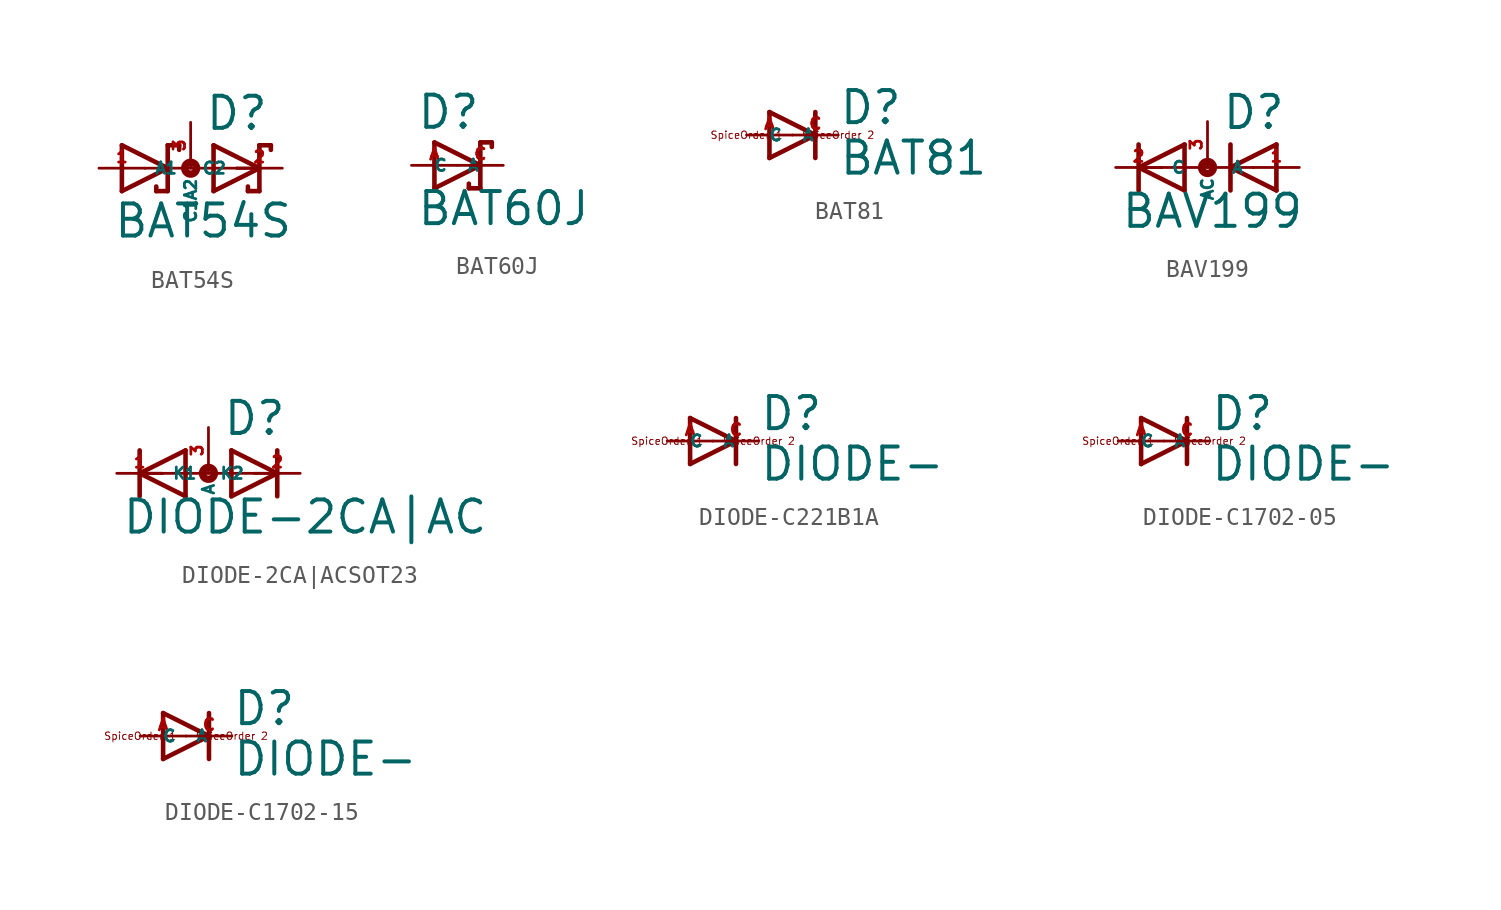
<source format=kicad_sym>
(kicad_symbol_lib
  (version 20220914)
  (generator Eagle2Kicad)
  (symbol "BAT54S"
    (property "Reference" "D"
      (at 0.762 2.007 0)
      (effects (font (size 1.778 1.778) (thickness 0.22)) (justify left bottom)))
    (property "Value" "BAT54S"
      (at -4.318 -3.962 0)
      (effects (font (size 1.778 1.778) (thickness 0.22)) (justify left bottom)))
    (polyline
      (pts (xy -3.81 -1.27) (xy -1.27 0))
      (stroke (width 0.254) (type default))
      (fill (type none)))
    (polyline
      (pts (xy -1.27 0) (xy -3.81 1.27))
      (stroke (width 0.254) (type default))
      (fill (type none)))
    (polyline
      (pts (xy -2.54 0) (xy -1.27 0))
      (stroke (width 0.152) (type default))
      (fill (type none)))
    (polyline
      (pts (xy -3.81 1.27) (xy -3.81 -1.27))
      (stroke (width 0.254) (type default))
      (fill (type none)))
    (polyline
      (pts (xy 1.27 1.27) (xy 3.81 0))
      (stroke (width 0.254) (type default))
      (fill (type none)))
    (polyline
      (pts (xy 3.81 0) (xy 1.27 -1.27))
      (stroke (width 0.254) (type default))
      (fill (type none)))
    (polyline
      (pts (xy 2.54 0) (xy 3.81 0))
      (stroke (width 0.152) (type default))
      (fill (type none)))
    (polyline
      (pts (xy 1.27 -1.27) (xy 1.27 1.27))
      (stroke (width 0.254) (type default))
      (fill (type none)))
    (polyline
      (pts (xy -0.635 1.016) (xy -0.635 1.27))
      (stroke (width 0.254) (type default))
      (fill (type none)))
    (polyline
      (pts (xy -0.635 1.27) (xy -1.27 1.27))
      (stroke (width 0.254) (type default))
      (fill (type none)))
    (polyline
      (pts (xy -1.27 1.27) (xy -1.27 0))
      (stroke (width 0.254) (type default))
      (fill (type none)))
    (polyline
      (pts (xy -1.905 -1.016) (xy -1.905 -1.27))
      (stroke (width 0.254) (type default))
      (fill (type none)))
    (polyline
      (pts (xy -1.27 0) (xy -1.27 -1.27))
      (stroke (width 0.254) (type default))
      (fill (type none)))
    (polyline
      (pts (xy -1.27 -1.27) (xy -1.905 -1.27))
      (stroke (width 0.254) (type default))
      (fill (type none)))
    (polyline
      (pts (xy 3.175 -1.016) (xy 3.175 -1.27))
      (stroke (width 0.254) (type default))
      (fill (type none)))
    (polyline
      (pts (xy 3.175 -1.27) (xy 3.81 -1.27))
      (stroke (width 0.254) (type default))
      (fill (type none)))
    (polyline
      (pts (xy 3.81 -1.27) (xy 3.81 0))
      (stroke (width 0.254) (type default))
      (fill (type none)))
    (polyline
      (pts (xy 4.445 1.016) (xy 4.445 1.27))
      (stroke (width 0.254) (type default))
      (fill (type none)))
    (polyline
      (pts (xy 3.81 0) (xy 3.81 1.27))
      (stroke (width 0.254) (type default))
      (fill (type none)))
    (polyline
      (pts (xy 3.81 1.27) (xy 4.445 1.27))
      (stroke (width 0.254) (type default))
      (fill (type none)))
    (polyline
      (pts (xy -1.27 0) (xy 3.81 0))
      (stroke (width 0.152) (type default))
      (fill (type none)))
    (circle
      (center 0 0)
      (radius 0.127)
      (stroke (width 0.406) (type default))
      (fill (type none)))
    (pin passive line
      (at -5.08 0 0)
      (length 2.54)
      (name "A1" (effects (font (size 0.635 0.635) (thickness 0.08)) (justify left bottom)))
      (number "1" (effects (font (size 0.635 0.635) (thickness 0.08)) (justify left bottom))))
    (pin passive line
      (at 5.08 0 180)
      (length 2.54)
      (name "C2" (effects (font (size 0.635 0.635) (thickness 0.08)) (justify left bottom)))
      (number "2" (effects (font (size 0.635 0.635) (thickness 0.08)) (justify left bottom))))
    (pin passive line
      (at 0 2.54 270)
      (length 2.54)
      (name "C1A2" (effects (font (size 0.635 0.635) (thickness 0.08)) (justify left bottom)))
      (number "3" (effects (font (size 0.635 0.635) (thickness 0.08)) (justify left bottom)))))
  (symbol "BAT60J"
    (property "Reference" "D"
      (at -2.286 1.905 0)
      (effects (font (size 1.778 1.778) (thickness 0.22)) (justify left bottom)))
    (property "Value" "BAT60J"
      (at -2.286 -3.429 0)
      (effects (font (size 1.778 1.778) (thickness 0.22)) (justify left bottom)))
    (polyline
      (pts (xy -1.27 -1.27) (xy 1.27 0))
      (stroke (width 0.254) (type default))
      (fill (type none)))
    (polyline
      (pts (xy 1.27 0) (xy -1.27 1.27))
      (stroke (width 0.254) (type default))
      (fill (type none)))
    (polyline
      (pts (xy 1.905 1.27) (xy 1.27 1.27))
      (stroke (width 0.254) (type default))
      (fill (type none)))
    (polyline
      (pts (xy 1.27 1.27) (xy 1.27 0))
      (stroke (width 0.254) (type default))
      (fill (type none)))
    (polyline
      (pts (xy -1.27 1.27) (xy -1.27 -1.27))
      (stroke (width 0.254) (type default))
      (fill (type none)))
    (polyline
      (pts (xy 1.27 0) (xy 1.27 -1.27))
      (stroke (width 0.254) (type default))
      (fill (type none)))
    (polyline
      (pts (xy 1.905 1.27) (xy 1.905 1.016))
      (stroke (width 0.254) (type default))
      (fill (type none)))
    (polyline
      (pts (xy 1.27 -1.27) (xy 0.635 -1.27))
      (stroke (width 0.254) (type default))
      (fill (type none)))
    (polyline
      (pts (xy 0.635 -1.016) (xy 0.635 -1.27))
      (stroke (width 0.254) (type default))
      (fill (type none)))
    (pin passive line
      (at -2.54 0 0)
      (length 2.54)
      (name "A" (effects (font (size 0.635 0.635) (thickness 0.08)) (justify left bottom)))
      (number "A" (effects (font (size 0.635 0.635) (thickness 0.08)) (justify left bottom))))
    (pin passive line
      (at 2.54 0 180)
      (length 2.54)
      (name "C" (effects (font (size 0.635 0.635) (thickness 0.08)) (justify left bottom)))
      (number "C" (effects (font (size 0.635 0.635) (thickness 0.08)) (justify left bottom)))))
  (symbol "BAT81"
    (property "Reference" "D"
      (at 2.54 0.483 0)
      (effects (font (size 1.778 1.778) (thickness 0.22)) (justify left bottom)))
    (property "Value" "BAT81"
      (at 2.54 -2.311 0)
      (effects (font (size 1.778 1.778) (thickness 0.22)) (justify left bottom)))
    (polyline
      (pts (xy -1.27 -1.27) (xy 1.27 0))
      (stroke (width 0.254) (type default))
      (fill (type none)))
    (polyline
      (pts (xy 1.27 0) (xy -1.27 1.27))
      (stroke (width 0.254) (type default))
      (fill (type none)))
    (polyline
      (pts (xy 1.27 1.27) (xy 1.27 0))
      (stroke (width 0.254) (type default))
      (fill (type none)))
    (polyline
      (pts (xy -1.27 1.27) (xy -1.27 -1.27))
      (stroke (width 0.254) (type default))
      (fill (type none)))
    (polyline
      (pts (xy 1.27 0) (xy 1.27 -1.27))
      (stroke (width 0.254) (type default))
      (fill (type none)))
    (text "SpiceOrder 1"
      (at -2.54 0 0)
      (effects (font (size 0.406 0.406) (thickness 0.05))))
    (text "SpiceOrder 2"
      (at 2.54 0 0)
      (effects (font (size 0.406 0.406) (thickness 0.05))))
    (pin passive line
      (at -2.54 0 0)
      (length 2.54)
      (name "A" (effects (font (size 0.635 0.635) (thickness 0.08)) (justify left bottom)))
      (number "A" (effects (font (size 0.635 0.635) (thickness 0.08)) (justify left bottom))))
    (pin passive line
      (at 2.54 0 180)
      (length 2.54)
      (name "C" (effects (font (size 0.635 0.635) (thickness 0.08)) (justify left bottom)))
      (number "C" (effects (font (size 0.635 0.635) (thickness 0.08)) (justify left bottom)))))
  (symbol "BAV199"
    (property "Reference" "D"
      (at 0.762 2.007 0)
      (effects (font (size 1.778 1.778) (thickness 0.22)) (justify left bottom)))
    (property "Value" "BAV199"
      (at -4.826 -3.454 0)
      (effects (font (size 1.778 1.778) (thickness 0.22)) (justify left bottom)))
    (polyline
      (pts (xy -1.27 1.27) (xy -3.81 0))
      (stroke (width 0.254) (type default))
      (fill (type none)))
    (polyline
      (pts (xy -3.81 0) (xy -1.27 -1.27))
      (stroke (width 0.254) (type default))
      (fill (type none)))
    (polyline
      (pts (xy -3.81 -1.27) (xy -3.81 0))
      (stroke (width 0.254) (type default))
      (fill (type none)))
    (polyline
      (pts (xy -2.54 0) (xy -3.81 0))
      (stroke (width 0.152) (type default))
      (fill (type none)))
    (polyline
      (pts (xy -1.27 -1.27) (xy -1.27 1.27))
      (stroke (width 0.254) (type default))
      (fill (type none)))
    (polyline
      (pts (xy -3.81 0) (xy -3.81 1.27))
      (stroke (width 0.254) (type default))
      (fill (type none)))
    (polyline
      (pts (xy 3.81 1.27) (xy 1.27 0))
      (stroke (width 0.254) (type default))
      (fill (type none)))
    (polyline
      (pts (xy 1.27 0) (xy 3.81 -1.27))
      (stroke (width 0.254) (type default))
      (fill (type none)))
    (polyline
      (pts (xy 1.27 -1.27) (xy 1.27 0))
      (stroke (width 0.254) (type default))
      (fill (type none)))
    (polyline
      (pts (xy -3.81 0) (xy 1.27 0))
      (stroke (width 0.152) (type default))
      (fill (type none)))
    (polyline
      (pts (xy 2.54 0) (xy 1.27 0))
      (stroke (width 0.152) (type default))
      (fill (type none)))
    (polyline
      (pts (xy 3.81 -1.27) (xy 3.81 1.27))
      (stroke (width 0.254) (type default))
      (fill (type none)))
    (polyline
      (pts (xy 1.27 0) (xy 1.27 1.27))
      (stroke (width 0.254) (type default))
      (fill (type none)))
    (circle
      (center 0 0)
      (radius 0.127)
      (stroke (width 0.406) (type default))
      (fill (type none)))
    (pin passive line
      (at -5.08 0 0)
      (length 2.54)
      (name "C" (effects (font (size 0.635 0.635) (thickness 0.08)) (justify left bottom)))
      (number "2" (effects (font (size 0.635 0.635) (thickness 0.08)) (justify left bottom))))
    (pin passive line
      (at 5.08 0 180)
      (length 2.54)
      (name "A" (effects (font (size 0.635 0.635) (thickness 0.08)) (justify left bottom)))
      (number "1" (effects (font (size 0.635 0.635) (thickness 0.08)) (justify left bottom))))
    (pin passive line
      (at 0 2.54 270)
      (length 2.54)
      (name "AC" (effects (font (size 0.635 0.635) (thickness 0.08)) (justify left bottom)))
      (number "3" (effects (font (size 0.635 0.635) (thickness 0.08)) (justify left bottom)))))
  (symbol "DIODE-2CA|ACSOT23"
    (property "Reference" "D"
      (at 0.762 2.007 0)
      (effects (font (size 1.778 1.778) (thickness 0.22)) (justify left bottom)))
    (property "Value" "DIODE-2CA|AC"
      (at -4.826 -3.454 0)
      (effects (font (size 1.778 1.778) (thickness 0.22)) (justify left bottom)))
    (polyline
      (pts (xy -1.27 1.27) (xy -3.81 0))
      (stroke (width 0.254) (type default))
      (fill (type none)))
    (polyline
      (pts (xy -3.81 0) (xy -1.27 -1.27))
      (stroke (width 0.254) (type default))
      (fill (type none)))
    (polyline
      (pts (xy -3.81 -1.27) (xy -3.81 0))
      (stroke (width 0.254) (type default))
      (fill (type none)))
    (polyline
      (pts (xy -2.54 0) (xy -3.81 0))
      (stroke (width 0.152) (type default))
      (fill (type none)))
    (polyline
      (pts (xy -1.27 -1.27) (xy -1.27 1.27))
      (stroke (width 0.254) (type default))
      (fill (type none)))
    (polyline
      (pts (xy -3.81 0) (xy -3.81 1.27))
      (stroke (width 0.254) (type default))
      (fill (type none)))
    (polyline
      (pts (xy 1.27 1.27) (xy 3.81 0))
      (stroke (width 0.254) (type default))
      (fill (type none)))
    (polyline
      (pts (xy 3.81 0) (xy 1.27 -1.27))
      (stroke (width 0.254) (type default))
      (fill (type none)))
    (polyline
      (pts (xy 3.81 -1.27) (xy 3.81 0))
      (stroke (width 0.254) (type default))
      (fill (type none)))
    (polyline
      (pts (xy -3.81 0) (xy 3.81 0))
      (stroke (width 0.152) (type default))
      (fill (type none)))
    (polyline
      (pts (xy 1.27 -1.27) (xy 1.27 1.27))
      (stroke (width 0.254) (type default))
      (fill (type none)))
    (polyline
      (pts (xy 3.81 0) (xy 3.81 1.27))
      (stroke (width 0.254) (type default))
      (fill (type none)))
    (circle
      (center 0 0)
      (radius 0.127)
      (stroke (width 0.406) (type default))
      (fill (type none)))
    (pin passive line
      (at -5.08 0 0)
      (length 2.54)
      (name "K1" (effects (font (size 0.635 0.635) (thickness 0.08)) (justify left bottom)))
      (number "1" (effects (font (size 0.635 0.635) (thickness 0.08)) (justify left bottom))))
    (pin passive line
      (at 5.08 0 180)
      (length 2.54)
      (name "K2" (effects (font (size 0.635 0.635) (thickness 0.08)) (justify left bottom)))
      (number "2" (effects (font (size 0.635 0.635) (thickness 0.08)) (justify left bottom))))
    (pin passive line
      (at 0 2.54 270)
      (length 2.54)
      (name "A" (effects (font (size 0.635 0.635) (thickness 0.08)) (justify left bottom)))
      (number "3" (effects (font (size 0.635 0.635) (thickness 0.08)) (justify left bottom)))))
  (symbol "DIODE-C221B1A"
    (property "Reference" "D"
      (at 2.54 0.483 0)
      (effects (font (size 1.778 1.778) (thickness 0.22)) (justify left bottom)))
    (property "Value" "DIODE-"
      (at 2.54 -2.311 0)
      (effects (font (size 1.778 1.778) (thickness 0.22)) (justify left bottom)))
    (polyline
      (pts (xy -1.27 -1.27) (xy 1.27 0))
      (stroke (width 0.254) (type default))
      (fill (type none)))
    (polyline
      (pts (xy 1.27 0) (xy -1.27 1.27))
      (stroke (width 0.254) (type default))
      (fill (type none)))
    (polyline
      (pts (xy 1.27 1.27) (xy 1.27 0))
      (stroke (width 0.254) (type default))
      (fill (type none)))
    (polyline
      (pts (xy -1.27 1.27) (xy -1.27 -1.27))
      (stroke (width 0.254) (type default))
      (fill (type none)))
    (polyline
      (pts (xy 1.27 0) (xy 1.27 -1.27))
      (stroke (width 0.254) (type default))
      (fill (type none)))
    (text "SpiceOrder 1"
      (at -2.54 0 0)
      (effects (font (size 0.406 0.406) (thickness 0.05))))
    (text "SpiceOrder 2"
      (at 2.54 0 0)
      (effects (font (size 0.406 0.406) (thickness 0.05))))
    (pin passive line
      (at -2.54 0 0)
      (length 2.54)
      (name "A" (effects (font (size 0.635 0.635) (thickness 0.08)) (justify left bottom)))
      (number "A" (effects (font (size 0.635 0.635) (thickness 0.08)) (justify left bottom))))
    (pin passive line
      (at 2.54 0 180)
      (length 2.54)
      (name "C" (effects (font (size 0.635 0.635) (thickness 0.08)) (justify left bottom)))
      (number "C" (effects (font (size 0.635 0.635) (thickness 0.08)) (justify left bottom)))))
  (symbol "DIODE-C1702-05"
    (property "Reference" "D"
      (at 2.54 0.483 0)
      (effects (font (size 1.778 1.778) (thickness 0.22)) (justify left bottom)))
    (property "Value" "DIODE-"
      (at 2.54 -2.311 0)
      (effects (font (size 1.778 1.778) (thickness 0.22)) (justify left bottom)))
    (polyline
      (pts (xy -1.27 -1.27) (xy 1.27 0))
      (stroke (width 0.254) (type default))
      (fill (type none)))
    (polyline
      (pts (xy 1.27 0) (xy -1.27 1.27))
      (stroke (width 0.254) (type default))
      (fill (type none)))
    (polyline
      (pts (xy 1.27 1.27) (xy 1.27 0))
      (stroke (width 0.254) (type default))
      (fill (type none)))
    (polyline
      (pts (xy -1.27 1.27) (xy -1.27 -1.27))
      (stroke (width 0.254) (type default))
      (fill (type none)))
    (polyline
      (pts (xy 1.27 0) (xy 1.27 -1.27))
      (stroke (width 0.254) (type default))
      (fill (type none)))
    (text "SpiceOrder 1"
      (at -2.54 0 0)
      (effects (font (size 0.406 0.406) (thickness 0.05))))
    (text "SpiceOrder 2"
      (at 2.54 0 0)
      (effects (font (size 0.406 0.406) (thickness 0.05))))
    (pin passive line
      (at -2.54 0 0)
      (length 2.54)
      (name "A" (effects (font (size 0.635 0.635) (thickness 0.08)) (justify left bottom)))
      (number "A" (effects (font (size 0.635 0.635) (thickness 0.08)) (justify left bottom))))
    (pin passive line
      (at 2.54 0 180)
      (length 2.54)
      (name "C" (effects (font (size 0.635 0.635) (thickness 0.08)) (justify left bottom)))
      (number "C" (effects (font (size 0.635 0.635) (thickness 0.08)) (justify left bottom)))))
  (symbol "DIODE-C1702-15"
    (property "Reference" "D"
      (at 2.54 0.483 0)
      (effects (font (size 1.778 1.778) (thickness 0.22)) (justify left bottom)))
    (property "Value" "DIODE-"
      (at 2.54 -2.311 0)
      (effects (font (size 1.778 1.778) (thickness 0.22)) (justify left bottom)))
    (polyline
      (pts (xy -1.27 -1.27) (xy 1.27 0))
      (stroke (width 0.254) (type default))
      (fill (type none)))
    (polyline
      (pts (xy 1.27 0) (xy -1.27 1.27))
      (stroke (width 0.254) (type default))
      (fill (type none)))
    (polyline
      (pts (xy 1.27 1.27) (xy 1.27 0))
      (stroke (width 0.254) (type default))
      (fill (type none)))
    (polyline
      (pts (xy -1.27 1.27) (xy -1.27 -1.27))
      (stroke (width 0.254) (type default))
      (fill (type none)))
    (polyline
      (pts (xy 1.27 0) (xy 1.27 -1.27))
      (stroke (width 0.254) (type default))
      (fill (type none)))
    (text "SpiceOrder 1"
      (at -2.54 0 0)
      (effects (font (size 0.406 0.406) (thickness 0.05))))
    (text "SpiceOrder 2"
      (at 2.54 0 0)
      (effects (font (size 0.406 0.406) (thickness 0.05))))
    (pin passive line
      (at -2.54 0 0)
      (length 2.54)
      (name "A" (effects (font (size 0.635 0.635) (thickness 0.08)) (justify left bottom)))
      (number "A" (effects (font (size 0.635 0.635) (thickness 0.08)) (justify left bottom))))
    (pin passive line
      (at 2.54 0 180)
      (length 2.54)
      (name "C" (effects (font (size 0.635 0.635) (thickness 0.08)) (justify left bottom)))
      (number "C" (effects (font (size 0.635 0.635) (thickness 0.08)) (justify left bottom))))))
</source>
